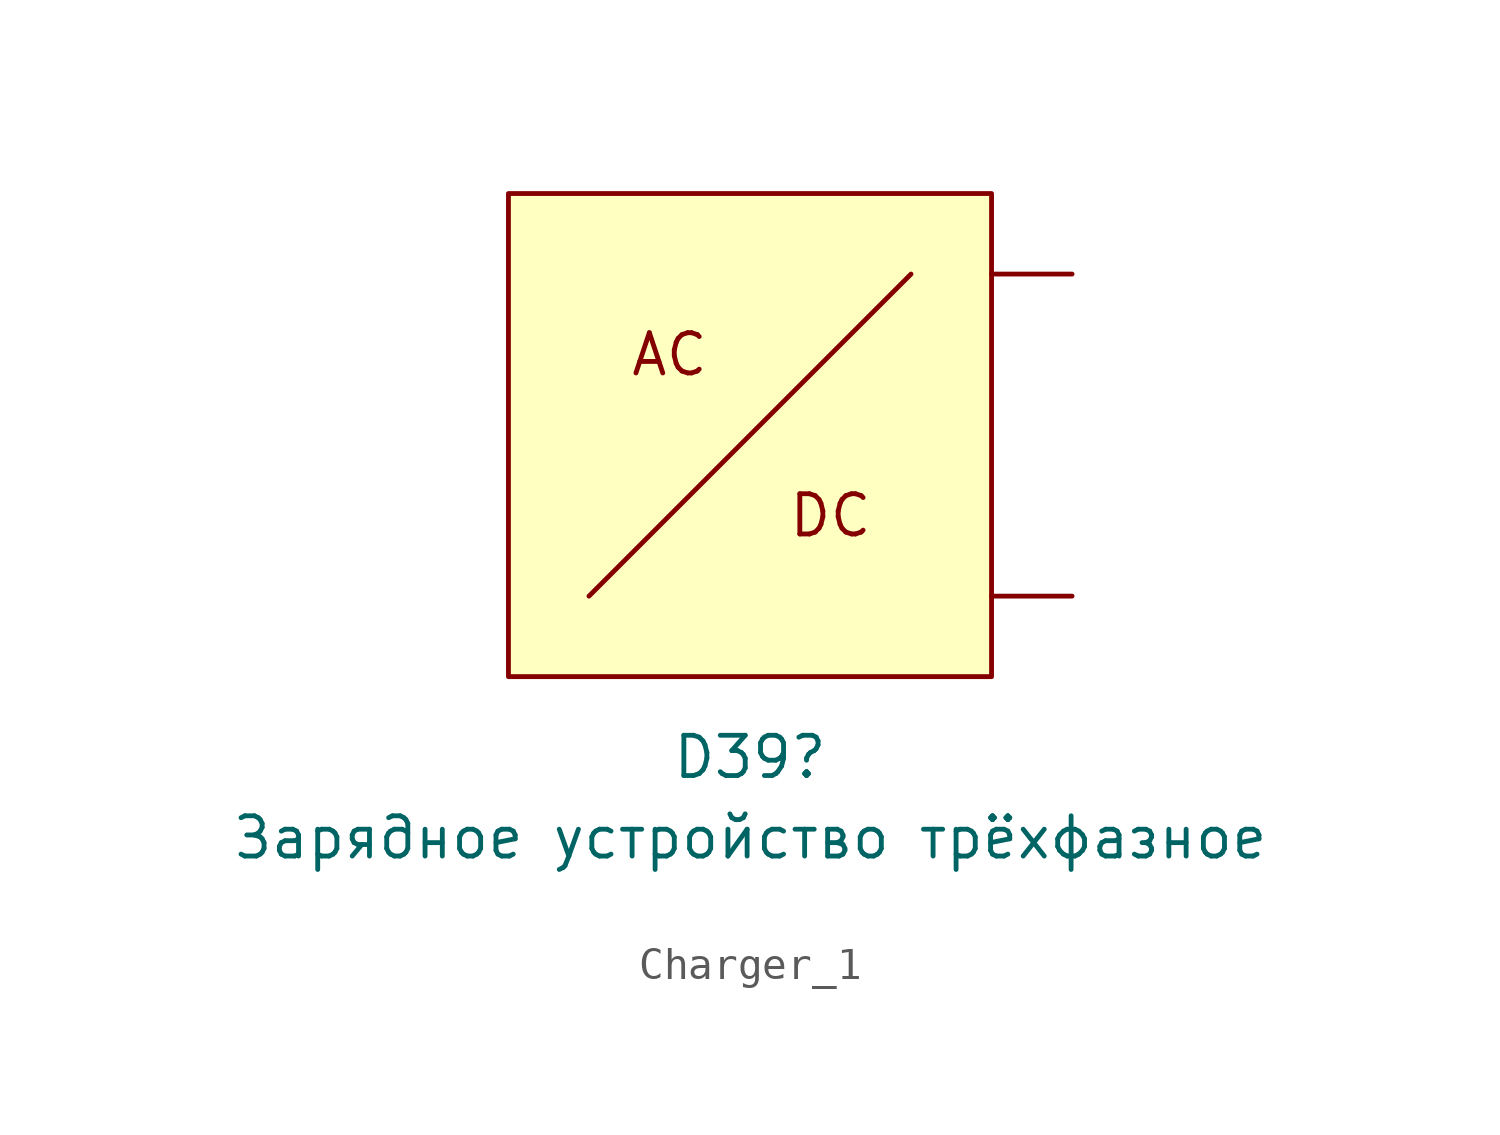
<source format=kicad_sym>
(kicad_symbol_lib
  (version 20211014)
  (generator kicad_symbol_editor)
  (symbol "Charger_1"
    (property "Reference" "D39"
      (at 0 -10.16 0)
      (effects (font (size 1.27 1.27))))
    (property "Value" "Зарядное устройство трёхфазное"
      (at 0 -12.7 0)
      (effects (font (size 1.27 1.27))))
    (symbol "Charger_1_0_0"
      (polyline (pts (xy -5.08 -5.08) (xy 5.08 5.08)) (stroke (width 0) (type default) (color 0 0 0 0)) (fill (type none)))
      (text "AC" (at -2.54 2.54 0) (effects (font (size 1.27 1.27))))
      (text "DC" (at 2.54 -2.54 0) (effects (font (size 1.27 1.27)))))
    (symbol "Charger_1_0_1"
      (rectangle (start -7.62 7.62) (end 7.62 -7.62) (stroke (width 0) (type default) (color 0 0 0 0)) (fill (type background))))
    (symbol "Charger_1_1_1"
      (pin input line (at 10.16 -5.08 180) (length 2.54) (name "" (effects (font (size 1.27 1.27)))) (number "" (effects (font (size 1.27 1.27)))))
      (pin input line (at 10.16 5.08 180) (length 2.54) (name "" (effects (font (size 1.27 1.27)))) (number "" (effects (font (size 1.27 1.27))))))))
</source>
